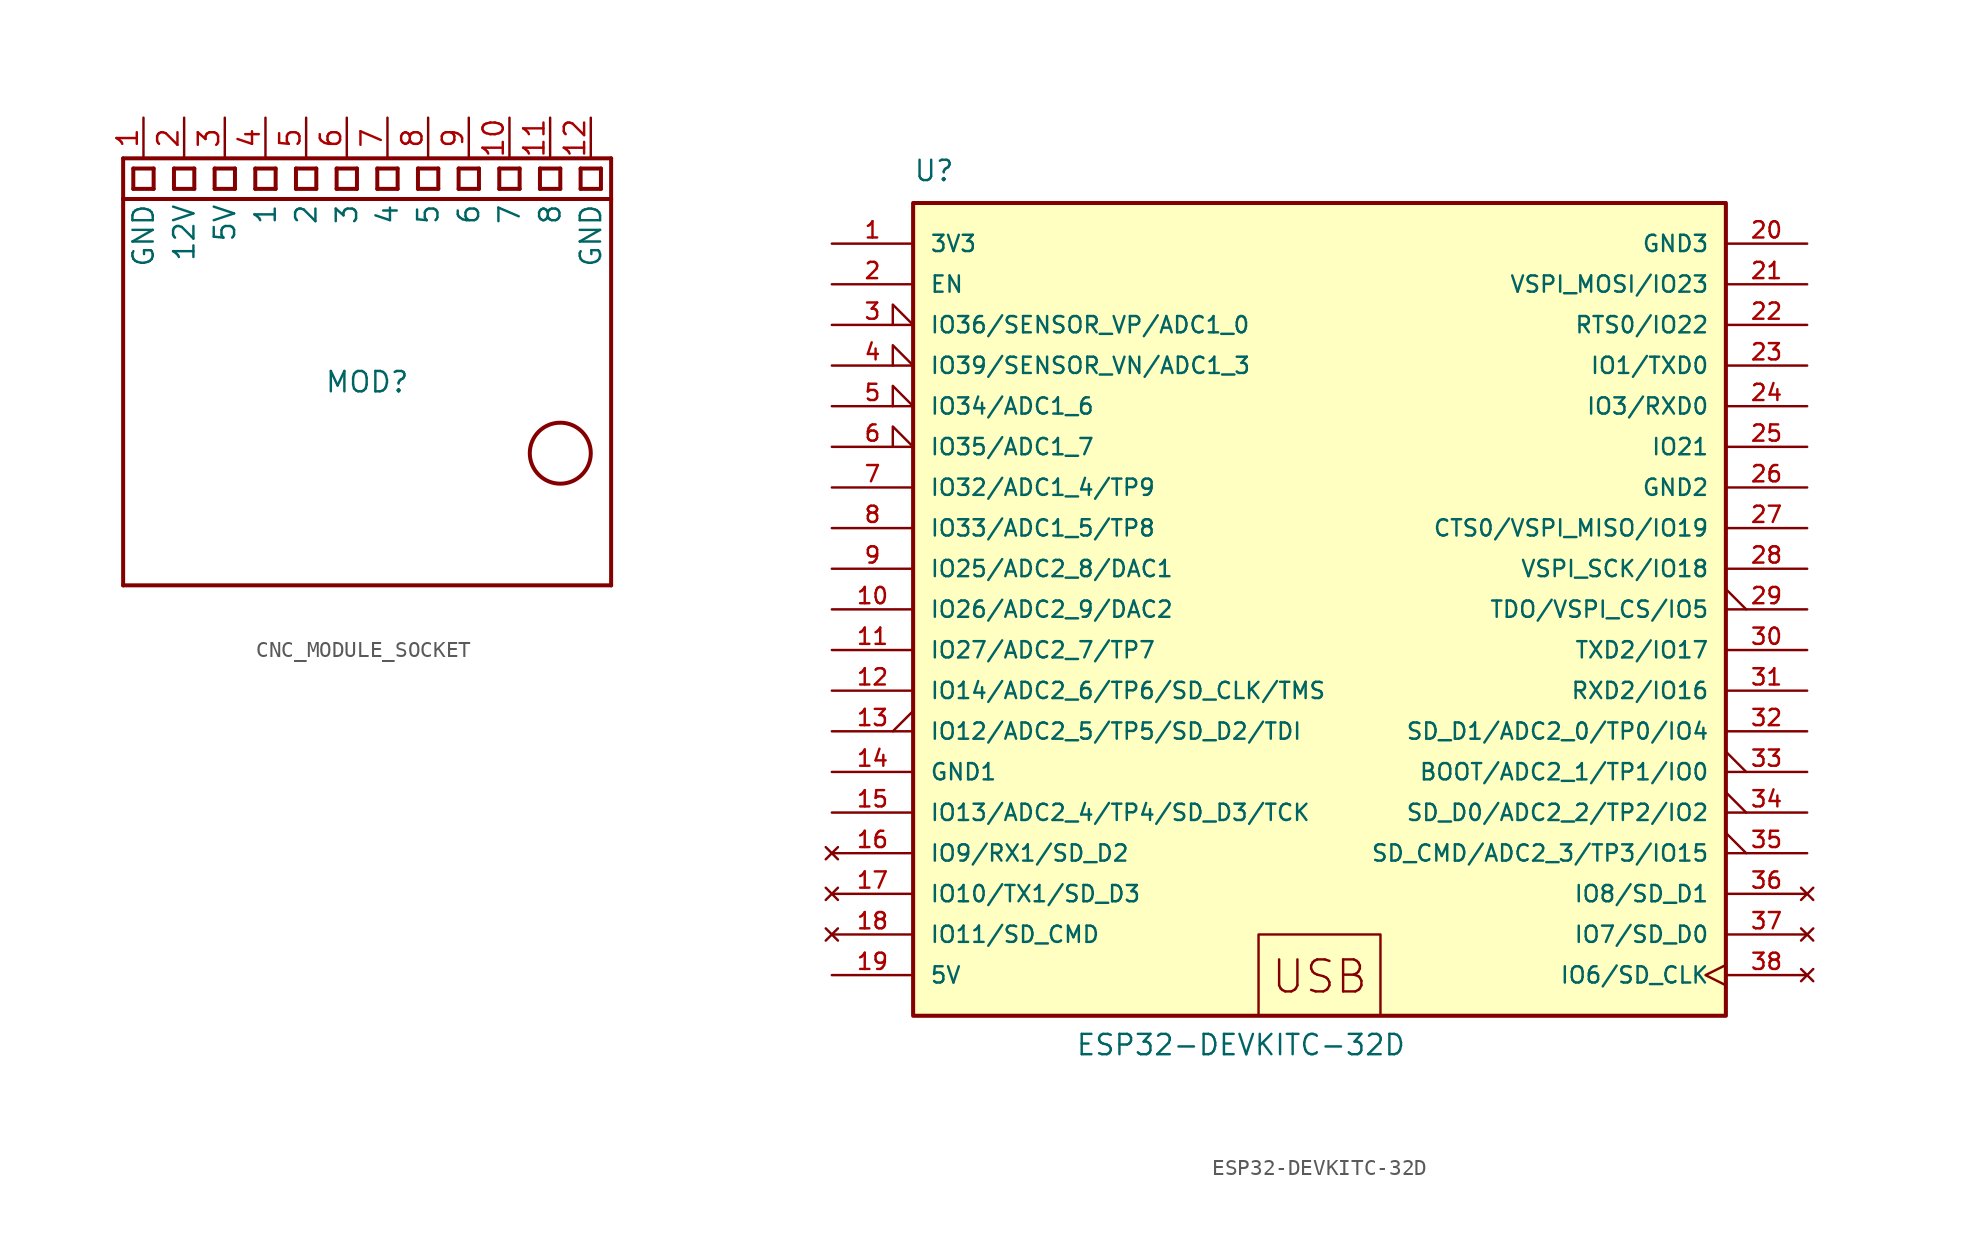
<source format=kicad_sym>
(kicad_symbol_lib
  (version 20201005)
  (generator kicad_symbol_editor)
  (symbol "6_axis_I2S_v1p8:CNC_MODULE_SOCKET"
    (pin_names
      (offset 2.794))
    (property "Reference" "MOD"
      (at 0 -12.7 0)
      (effects (font (size 1.27 1.27))))
    (symbol "CNC_MODULE_SOCKET_1_0"
      (circle (center 12.065 -17.145) (radius 1.905) (stroke (width 0.25)) (fill (type none)))
      (polyline (pts (xy -15.24 -25.4) (xy -15.24 -1.27)) (stroke (width 0.25)) (fill (type none)))
      (polyline (pts (xy -15.24 -1.27) (xy -15.24 1.27)) (stroke (width 0.25)) (fill (type none)))
      (polyline (pts (xy -15.24 -1.27) (xy 15.24 -1.27)) (stroke (width 0.25)) (fill (type none)))
      (polyline (pts (xy -15.24 1.27) (xy 15.24 1.27)) (stroke (width 0.25)) (fill (type none)))
      (polyline (pts (xy -14.605 -0.635) (xy -14.605 0.635)) (stroke (width 0.25)) (fill (type none)))
      (polyline (pts (xy -14.605 0.635) (xy -13.335 0.635)) (stroke (width 0.25)) (fill (type none)))
      (polyline (pts (xy -13.335 -0.635) (xy -14.605 -0.635)) (stroke (width 0.25)) (fill (type none)))
      (polyline (pts (xy -13.335 0.635) (xy -13.335 -0.635)) (stroke (width 0.25)) (fill (type none)))
      (polyline (pts (xy -12.065 -0.635) (xy -12.065 0.635)) (stroke (width 0.25)) (fill (type none)))
      (polyline (pts (xy -12.065 0.635) (xy -10.795 0.635)) (stroke (width 0.25)) (fill (type none)))
      (polyline (pts (xy -10.795 -0.635) (xy -12.065 -0.635)) (stroke (width 0.25)) (fill (type none)))
      (polyline (pts (xy -10.795 0.635) (xy -10.795 -0.635)) (stroke (width 0.25)) (fill (type none)))
      (polyline (pts (xy -9.525 -0.635) (xy -9.525 0.635)) (stroke (width 0.25)) (fill (type none)))
      (polyline (pts (xy -9.525 0.635) (xy -8.255 0.635)) (stroke (width 0.25)) (fill (type none)))
      (polyline (pts (xy -8.255 -0.635) (xy -9.525 -0.635)) (stroke (width 0.25)) (fill (type none)))
      (polyline (pts (xy -8.255 0.635) (xy -8.255 -0.635)) (stroke (width 0.25)) (fill (type none)))
      (polyline (pts (xy -6.985 -0.635) (xy -6.985 0.635)) (stroke (width 0.25)) (fill (type none)))
      (polyline (pts (xy -6.985 0.635) (xy -5.715 0.635)) (stroke (width 0.25)) (fill (type none)))
      (polyline (pts (xy -5.715 -0.635) (xy -6.985 -0.635)) (stroke (width 0.25)) (fill (type none)))
      (polyline (pts (xy -5.715 0.635) (xy -5.715 -0.635)) (stroke (width 0.25)) (fill (type none)))
      (polyline (pts (xy -4.445 -0.635) (xy -4.445 0.635)) (stroke (width 0.25)) (fill (type none)))
      (polyline (pts (xy -4.445 0.635) (xy -3.175 0.635)) (stroke (width 0.25)) (fill (type none)))
      (polyline (pts (xy -3.175 -0.635) (xy -4.445 -0.635)) (stroke (width 0.25)) (fill (type none)))
      (polyline (pts (xy -3.175 0.635) (xy -3.175 -0.635)) (stroke (width 0.25)) (fill (type none)))
      (polyline (pts (xy -1.905 -0.635) (xy -1.905 0.635)) (stroke (width 0.25)) (fill (type none)))
      (polyline (pts (xy -1.905 0.635) (xy -0.635 0.635)) (stroke (width 0.25)) (fill (type none)))
      (polyline (pts (xy -0.635 -0.635) (xy -1.905 -0.635)) (stroke (width 0.25)) (fill (type none)))
      (polyline (pts (xy -0.635 0.635) (xy -0.635 -0.635)) (stroke (width 0.25)) (fill (type none)))
      (polyline (pts (xy 0.635 -0.635) (xy 0.635 0.635)) (stroke (width 0.25)) (fill (type none)))
      (polyline (pts (xy 0.635 0.635) (xy 1.905 0.635)) (stroke (width 0.25)) (fill (type none)))
      (polyline (pts (xy 1.905 -0.635) (xy 0.635 -0.635)) (stroke (width 0.25)) (fill (type none)))
      (polyline (pts (xy 1.905 0.635) (xy 1.905 -0.635)) (stroke (width 0.25)) (fill (type none)))
      (polyline (pts (xy 3.175 -0.635) (xy 3.175 0.635)) (stroke (width 0.25)) (fill (type none)))
      (polyline (pts (xy 3.175 0.635) (xy 4.445 0.635)) (stroke (width 0.25)) (fill (type none)))
      (polyline (pts (xy 4.445 -0.635) (xy 3.175 -0.635)) (stroke (width 0.25)) (fill (type none)))
      (polyline (pts (xy 4.445 0.635) (xy 4.445 -0.635)) (stroke (width 0.25)) (fill (type none)))
      (polyline (pts (xy 5.715 -0.635) (xy 5.715 0.635)) (stroke (width 0.25)) (fill (type none)))
      (polyline (pts (xy 5.715 0.635) (xy 6.985 0.635)) (stroke (width 0.25)) (fill (type none)))
      (polyline (pts (xy 6.985 -0.635) (xy 5.715 -0.635)) (stroke (width 0.25)) (fill (type none)))
      (polyline (pts (xy 6.985 0.635) (xy 6.985 -0.635)) (stroke (width 0.25)) (fill (type none)))
      (polyline (pts (xy 8.255 -0.635) (xy 8.255 0.635)) (stroke (width 0.25)) (fill (type none)))
      (polyline (pts (xy 8.255 0.635) (xy 9.525 0.635)) (stroke (width 0.25)) (fill (type none)))
      (polyline (pts (xy 9.525 -0.635) (xy 8.255 -0.635)) (stroke (width 0.25)) (fill (type none)))
      (polyline (pts (xy 9.525 0.635) (xy 9.525 -0.635)) (stroke (width 0.25)) (fill (type none)))
      (polyline (pts (xy 10.795 -0.635) (xy 10.795 0.635)) (stroke (width 0.25)) (fill (type none)))
      (polyline (pts (xy 10.795 0.635) (xy 12.065 0.635)) (stroke (width 0.25)) (fill (type none)))
      (polyline (pts (xy 12.065 -0.635) (xy 10.795 -0.635)) (stroke (width 0.25)) (fill (type none)))
      (polyline (pts (xy 12.065 0.635) (xy 12.065 -0.635)) (stroke (width 0.25)) (fill (type none)))
      (polyline (pts (xy 13.335 -0.635) (xy 13.335 0.635)) (stroke (width 0.25)) (fill (type none)))
      (polyline (pts (xy 13.335 0.635) (xy 14.605 0.635)) (stroke (width 0.25)) (fill (type none)))
      (polyline (pts (xy 14.605 -0.635) (xy 13.335 -0.635)) (stroke (width 0.25)) (fill (type none)))
      (polyline (pts (xy 14.605 0.635) (xy 14.605 -0.635)) (stroke (width 0.25)) (fill (type none)))
      (polyline (pts (xy 15.24 -25.4) (xy -15.24 -25.4)) (stroke (width 0.25)) (fill (type none)))
      (polyline (pts (xy 15.24 -1.27) (xy 15.24 -25.4)) (stroke (width 0.25)) (fill (type none)))
      (polyline (pts (xy 15.24 1.27) (xy 15.24 -1.27)) (stroke (width 0.25)) (fill (type none)))
      (pin passive line (at -13.97 3.81 270) (length 2.54) (name "GND" (effects (font (size 1.27 1.27)))) (number "1" (effects (font (size 1.27 1.27)))))
      (pin passive line (at 8.89 3.81 270) (length 2.54) (name "7" (effects (font (size 1.27 1.27)))) (number "10" (effects (font (size 1.27 1.27)))))
      (pin passive line (at 11.43 3.81 270) (length 2.54) (name "8" (effects (font (size 1.27 1.27)))) (number "11" (effects (font (size 1.27 1.27)))))
      (pin passive line (at 13.97 3.81 270) (length 2.54) (name "GND" (effects (font (size 1.27 1.27)))) (number "12" (effects (font (size 1.27 1.27)))))
      (pin passive line (at -11.43 3.81 270) (length 2.54) (name "12V" (effects (font (size 1.27 1.27)))) (number "2" (effects (font (size 1.27 1.27)))))
      (pin passive line (at -8.89 3.81 270) (length 2.54) (name "5V" (effects (font (size 1.27 1.27)))) (number "3" (effects (font (size 1.27 1.27)))))
      (pin passive line (at -6.35 3.81 270) (length 2.54) (name "1" (effects (font (size 1.27 1.27)))) (number "4" (effects (font (size 1.27 1.27)))))
      (pin passive line (at -3.81 3.81 270) (length 2.54) (name "2" (effects (font (size 1.27 1.27)))) (number "5" (effects (font (size 1.27 1.27)))))
      (pin passive line (at -1.27 3.81 270) (length 2.54) (name "3" (effects (font (size 1.27 1.27)))) (number "6" (effects (font (size 1.27 1.27)))))
      (pin passive line (at 1.27 3.81 270) (length 2.54) (name "4" (effects (font (size 1.27 1.27)))) (number "7" (effects (font (size 1.27 1.27)))))
      (pin passive line (at 3.81 3.81 270) (length 2.54) (name "5" (effects (font (size 1.27 1.27)))) (number "8" (effects (font (size 1.27 1.27)))))
      (pin passive line (at 6.35 3.81 270) (length 2.54) (name "6" (effects (font (size 1.27 1.27)))) (number "9" (effects (font (size 1.27 1.27)))))))
  (symbol "6_axis_I2S_v1p8:ESP32-DEVKITC-32D"
    (pin_names
      (offset 1.016))
    (property "Reference" "U"
      (at -25.4 26.67 0)
      (effects (font (size 1.27 1.27)) (justify left bottom)))
    (property "Value" "ESP32-DEVKITC-32D"
      (at -15.265 -27.965 0)
      (effects (font (size 1.27 1.27)) (justify left bottom)))
    (property "ki_locked" ""
      (at 0 0 0)
      (effects (font (size 1.27 1.27))))
    (symbol "ESP32-DEVKITC-32D_0_0"
      (text "USB" (at 0 -24.13 0) (effects (font (size 2 2)) (justify bottom)))
      (rectangle (start -25.4 25.4) (end 25.4 -25.4) (stroke (width 0.254)) (fill (type background)))
      (pin power_in line (at -30.48 22.86 0) (length 5.08) (name "3V3" (effects (font (size 1.016 1.016)))) (number "1" (effects (font (size 1.016 1.016)))))
      (pin bidirectional line (at -30.48 0 0) (length 5.08) (name "IO26/ADC2_9/DAC2" (effects (font (size 1.016 1.016)))) (number "10" (effects (font (size 1.016 1.016)))))
      (pin bidirectional line (at -30.48 -2.54 0) (length 5.08) (name "IO27/ADC2_7/TP7" (effects (font (size 1.016 1.016)))) (number "11" (effects (font (size 1.016 1.016)))))
      (pin bidirectional line (at -30.48 -5.08 0) (length 5.08) (name "IO14/ADC2_6/TP6/SD_CLK/TMS" (effects (font (size 1.016 1.016)))) (number "12" (effects (font (size 1.016 1.016)))))
      (pin bidirectional output_low (at -30.48 -7.62 0) (length 5.08) (name "IO12/ADC2_5/TP5/SD_D2/TDI" (effects (font (size 1.016 1.016)))) (number "13" (effects (font (size 1.016 1.016)))))
      (pin power_in line (at -30.48 -10.16 0) (length 5.08) (name "GND1" (effects (font (size 1.016 1.016)))) (number "14" (effects (font (size 1.016 1.016)))))
      (pin bidirectional line (at -30.48 -12.7 0) (length 5.08) (name "IO13/ADC2_4/TP4/SD_D3/TCK" (effects (font (size 1.016 1.016)))) (number "15" (effects (font (size 1.016 1.016)))))
      (pin no_connect line (at -30.48 -15.24 0) (length 5.08) (name "IO9/RX1/SD_D2" (effects (font (size 1.016 1.016)))) (number "16" (effects (font (size 1.016 1.016)))))
      (pin no_connect line (at -30.48 -17.78 0) (length 5.08) (name "IO10/TX1/SD_D3" (effects (font (size 1.016 1.016)))) (number "17" (effects (font (size 1.016 1.016)))))
      (pin no_connect line (at -30.48 -20.32 0) (length 5.08) (name "IO11/SD_CMD" (effects (font (size 1.016 1.016)))) (number "18" (effects (font (size 1.016 1.016)))))
      (pin passive line (at -30.48 -22.86 0) (length 5.08) (name "5V" (effects (font (size 1.016 1.016)))) (number "19" (effects (font (size 1.016 1.016)))))
      (pin bidirectional line (at -30.48 20.32 0) (length 5.08) (name "EN" (effects (font (size 1.016 1.016)))) (number "2" (effects (font (size 1.016 1.016)))))
      (pin power_in line (at 30.48 22.86 180) (length 5.08) (name "GND3" (effects (font (size 1.016 1.016)))) (number "20" (effects (font (size 1.016 1.016)))))
      (pin bidirectional line (at 30.48 20.32 180) (length 5.08) (name "VSPI_MOSI/IO23" (effects (font (size 1.016 1.016)))) (number "21" (effects (font (size 1.016 1.016)))))
      (pin bidirectional line (at 30.48 17.78 180) (length 5.08) (name "RTS0/IO22" (effects (font (size 1.016 1.016)))) (number "22" (effects (font (size 1.016 1.016)))))
      (pin bidirectional line (at 30.48 15.24 180) (length 5.08) (name "IO1/TXD0" (effects (font (size 1.016 1.016)))) (number "23" (effects (font (size 1.016 1.016)))))
      (pin bidirectional line (at 30.48 12.7 180) (length 5.08) (name "IO3/RXD0" (effects (font (size 1.016 1.016)))) (number "24" (effects (font (size 1.016 1.016)))))
      (pin bidirectional line (at 30.48 10.16 180) (length 5.08) (name "IO21" (effects (font (size 1.016 1.016)))) (number "25" (effects (font (size 1.016 1.016)))))
      (pin power_in line (at 30.48 7.62 180) (length 5.08) (name "GND2" (effects (font (size 1.016 1.016)))) (number "26" (effects (font (size 1.016 1.016)))))
      (pin bidirectional line (at 30.48 5.08 180) (length 5.08) (name "CTS0/VSPI_MISO/IO19" (effects (font (size 1.016 1.016)))) (number "27" (effects (font (size 1.016 1.016)))))
      (pin bidirectional line (at 30.48 2.54 180) (length 5.08) (name "VSPI_SCK/IO18" (effects (font (size 1.016 1.016)))) (number "28" (effects (font (size 1.016 1.016)))))
      (pin bidirectional output_low (at 30.48 0 180) (length 5.08) (name "TDO/VSPI_CS/IO5" (effects (font (size 1.016 1.016)))) (number "29" (effects (font (size 1.016 1.016)))))
      (pin input input_low (at -30.48 17.78 0) (length 5.08) (name "IO36/SENSOR_VP/ADC1_0" (effects (font (size 1.016 1.016)))) (number "3" (effects (font (size 1.016 1.016)))))
      (pin bidirectional line (at 30.48 -2.54 180) (length 5.08) (name "TXD2/IO17" (effects (font (size 1.016 1.016)))) (number "30" (effects (font (size 1.016 1.016)))))
      (pin bidirectional line (at 30.48 -5.08 180) (length 5.08) (name "RXD2/IO16" (effects (font (size 1.016 1.016)))) (number "31" (effects (font (size 1.016 1.016)))))
      (pin bidirectional line (at 30.48 -7.62 180) (length 5.08) (name "SD_D1/ADC2_0/TP0/IO4" (effects (font (size 1.016 1.016)))) (number "32" (effects (font (size 1.016 1.016)))))
      (pin bidirectional output_low (at 30.48 -10.16 180) (length 5.08) (name "BOOT/ADC2_1/TP1/IO0" (effects (font (size 1.016 1.016)))) (number "33" (effects (font (size 1.016 1.016)))))
      (pin bidirectional output_low (at 30.48 -12.7 180) (length 5.08) (name "SD_D0/ADC2_2/TP2/IO2" (effects (font (size 1.016 1.016)))) (number "34" (effects (font (size 1.016 1.016)))))
      (pin bidirectional output_low (at 30.48 -15.24 180) (length 5.08) (name "SD_CMD/ADC2_3/TP3/IO15" (effects (font (size 1.016 1.016)))) (number "35" (effects (font (size 1.016 1.016)))))
      (pin no_connect line (at 30.48 -17.78 180) (length 5.08) (name "IO8/SD_D1" (effects (font (size 1.016 1.016)))) (number "36" (effects (font (size 1.016 1.016)))))
      (pin no_connect line (at 30.48 -20.32 180) (length 5.08) (name "IO7/SD_D0" (effects (font (size 1.016 1.016)))) (number "37" (effects (font (size 1.016 1.016)))))
      (pin no_connect clock (at 30.48 -22.86 180) (length 5.08) (name "IO6/SD_CLK" (effects (font (size 1.016 1.016)))) (number "38" (effects (font (size 1.016 1.016)))))
      (pin input input_low (at -30.48 15.24 0) (length 5.08) (name "IO39/SENSOR_VN/ADC1_3" (effects (font (size 1.016 1.016)))) (number "4" (effects (font (size 1.016 1.016)))))
      (pin input input_low (at -30.48 12.7 0) (length 5.08) (name "IO34/ADC1_6" (effects (font (size 1.016 1.016)))) (number "5" (effects (font (size 1.016 1.016)))))
      (pin input input_low (at -30.48 10.16 0) (length 5.08) (name "IO35/ADC1_7" (effects (font (size 1.016 1.016)))) (number "6" (effects (font (size 1.016 1.016)))))
      (pin bidirectional line (at -30.48 7.62 0) (length 5.08) (name "IO32/ADC1_4/TP9" (effects (font (size 1.016 1.016)))) (number "7" (effects (font (size 1.016 1.016)))))
      (pin bidirectional line (at -30.48 5.08 0) (length 5.08) (name "IO33/ADC1_5/TP8" (effects (font (size 1.016 1.016)))) (number "8" (effects (font (size 1.016 1.016)))))
      (pin bidirectional line (at -30.48 2.54 0) (length 5.08) (name "IO25/ADC2_8/DAC1" (effects (font (size 1.016 1.016)))) (number "9" (effects (font (size 1.016 1.016))))))
    (symbol "ESP32-DEVKITC-32D_1_1"
      (polyline (pts (xy -3.81 -25.4) (xy -3.81 -20.32) (xy 3.81 -20.32) (xy 3.81 -25.4)) (stroke (width 0.152)) (fill (type none))))))
</source>
